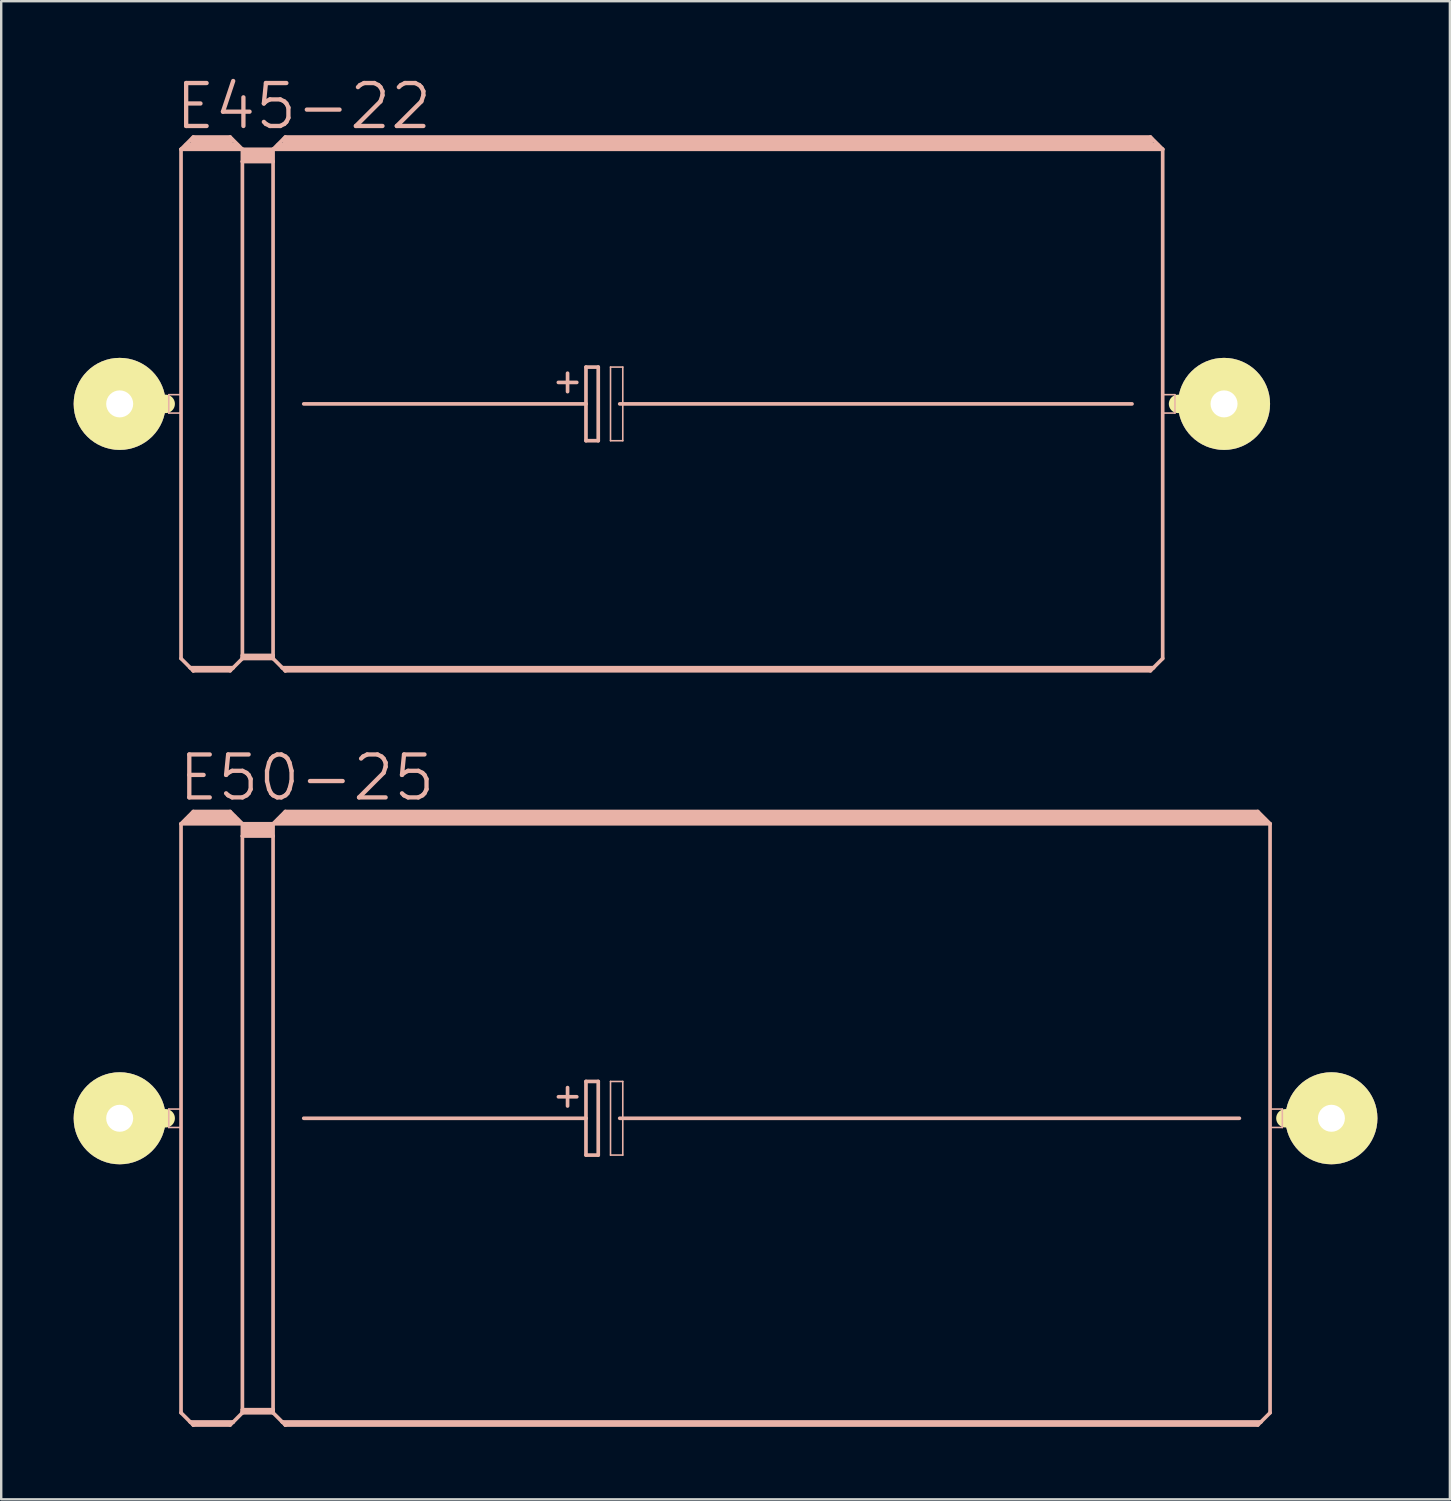
<source format=kicad_pcb>
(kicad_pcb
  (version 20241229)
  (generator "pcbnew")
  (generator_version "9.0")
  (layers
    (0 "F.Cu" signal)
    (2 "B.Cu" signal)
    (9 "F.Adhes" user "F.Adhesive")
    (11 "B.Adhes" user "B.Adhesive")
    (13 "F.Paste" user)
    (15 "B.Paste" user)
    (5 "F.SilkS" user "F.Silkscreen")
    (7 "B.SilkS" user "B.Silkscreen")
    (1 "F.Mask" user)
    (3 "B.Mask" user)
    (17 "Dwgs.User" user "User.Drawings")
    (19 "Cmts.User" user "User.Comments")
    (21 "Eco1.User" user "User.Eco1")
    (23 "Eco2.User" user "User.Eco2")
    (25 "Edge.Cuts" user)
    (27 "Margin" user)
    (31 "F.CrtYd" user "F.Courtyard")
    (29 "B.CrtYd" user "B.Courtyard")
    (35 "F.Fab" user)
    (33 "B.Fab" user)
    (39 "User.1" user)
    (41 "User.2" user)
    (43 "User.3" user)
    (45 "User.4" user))
  (footprint "E50-25"
    (layer "F.Cu")
    (at 27.305 43.246)
    (property "Reference" "E50-25" (at -17.65 -14.097 0) (layer "B.SilkS") (effects (font (size 1.778 1.778) (thickness 0.178))))
    (attr exclude_from_pos_files exclude_from_bom)
    (fp_line (start -25.4 0) (end -23.495 0) (stroke (width 0.762) (type solid)) (layer "F.SilkS"))
    (fp_line (start 24.765 0) (end 22.86 0) (stroke (width 0.762) (type solid)) (layer "F.SilkS"))
    (fp_line (start -23.368 -0.381) (end -22.86 -0.381) (stroke (width 0.066) (type solid)) (layer "B.SilkS"))
    (fp_line (start -23.368 0.381) (end -23.368 -0.381) (stroke (width 0.066) (type solid)) (layer "B.SilkS"))
    (fp_line (start -23.368 0.381) (end -22.86 0.381) (stroke (width 0.066) (type solid)) (layer "B.SilkS"))
    (fp_line (start -22.86 -12.192) (end -22.86 12.192) (stroke (width 0.152) (type solid)) (layer "B.SilkS"))
    (fp_line (start -22.86 -12.192) (end -22.352 -12.7) (stroke (width 0.152) (type solid)) (layer "B.SilkS"))
    (fp_line (start -22.86 -12.192) (end -20.32 -12.192) (stroke (width 0.152) (type solid)) (layer "B.SilkS"))
    (fp_line (start -22.86 0.381) (end -22.86 -0.381) (stroke (width 0.066) (type solid)) (layer "B.SilkS"))
    (fp_line (start -22.86 12.192) (end -22.479 12.573) (stroke (width 0.152) (type solid)) (layer "B.SilkS"))
    (fp_line (start -22.606 -12.319) (end -22.479 -12.319) (stroke (width 0.305) (type solid)) (layer "B.SilkS"))
    (fp_line (start -22.479 -12.319) (end -22.479 -12.446) (stroke (width 0.305) (type solid)) (layer "B.SilkS"))
    (fp_line (start -22.479 -12.319) (end -20.698 -12.319) (stroke (width 0.305) (type solid)) (layer "B.SilkS"))
    (fp_line (start -22.479 12.573) (end -22.352 12.7) (stroke (width 0.152) (type solid)) (layer "B.SilkS"))
    (fp_line (start -22.479 12.573) (end -20.698 12.573) (stroke (width 0.152) (type solid)) (layer "B.SilkS"))
    (fp_line (start -22.352 -12.7) (end -20.828 -12.7) (stroke (width 0.152) (type solid)) (layer "B.SilkS"))
    (fp_line (start -22.352 -12.573) (end -20.828 -12.573) (stroke (width 0.305) (type solid)) (layer "B.SilkS"))
    (fp_line (start -22.352 12.649) (end -20.828 12.649) (stroke (width 0.152) (type solid)) (layer "B.SilkS"))
    (fp_line (start -22.352 12.7) (end -22.352 12.649) (stroke (width 0.152) (type solid)) (layer "B.SilkS"))
    (fp_line (start -22.352 12.7) (end -20.828 12.7) (stroke (width 0.152) (type solid)) (layer "B.SilkS"))
    (fp_line (start -20.698 -12.319) (end -20.698 -12.446) (stroke (width 0.305) (type solid)) (layer "B.SilkS"))
    (fp_line (start -20.698 -12.319) (end -20.574 -12.319) (stroke (width 0.305) (type solid)) (layer "B.SilkS"))
    (fp_line (start -20.698 12.573) (end -20.828 12.7) (stroke (width 0.152) (type solid)) (layer "B.SilkS"))
    (fp_line (start -20.32 -12.192) (end -20.828 -12.7) (stroke (width 0.152) (type solid)) (layer "B.SilkS"))
    (fp_line (start -20.32 -12.192) (end -20.32 -11.684) (stroke (width 0.152) (type solid)) (layer "B.SilkS"))
    (fp_line (start -20.32 -12.192) (end -19.05 -12.192) (stroke (width 0.152) (type solid)) (layer "B.SilkS"))
    (fp_line (start -20.32 -11.684) (end -20.32 12.065) (stroke (width 0.152) (type solid)) (layer "B.SilkS"))
    (fp_line (start -20.32 -11.684) (end -19.05 -11.684) (stroke (width 0.152) (type solid)) (layer "B.SilkS"))
    (fp_line (start -20.32 12.065) (end -20.32 12.141) (stroke (width 0.152) (type solid)) (layer "B.SilkS"))
    (fp_line (start -20.32 12.065) (end -19.05 12.065) (stroke (width 0.152) (type solid)) (layer "B.SilkS"))
    (fp_line (start -20.32 12.141) (end -20.32 12.192) (stroke (width 0.152) (type solid)) (layer "B.SilkS"))
    (fp_line (start -20.32 12.141) (end -19.05 12.141) (stroke (width 0.152) (type solid)) (layer "B.SilkS"))
    (fp_line (start -20.32 12.192) (end -20.698 12.573) (stroke (width 0.152) (type solid)) (layer "B.SilkS"))
    (fp_line (start -20.32 12.192) (end -19.05 12.192) (stroke (width 0.152) (type solid)) (layer "B.SilkS"))
    (fp_line (start -20.193 -12.065) (end -19.177 -12.065) (stroke (width 0.305) (type solid)) (layer "B.SilkS"))
    (fp_line (start -20.193 -11.811) (end -19.177 -11.811) (stroke (width 0.305) (type solid)) (layer "B.SilkS"))
    (fp_line (start -19.05 -12.192) (end -19.05 -11.684) (stroke (width 0.152) (type solid)) (layer "B.SilkS"))
    (fp_line (start -19.05 -12.192) (end 22.225 -12.192) (stroke (width 0.152) (type solid)) (layer "B.SilkS"))
    (fp_line (start -19.05 -11.684) (end -19.05 12.065) (stroke (width 0.152) (type solid)) (layer "B.SilkS"))
    (fp_line (start -19.05 12.065) (end -19.05 12.141) (stroke (width 0.152) (type solid)) (layer "B.SilkS"))
    (fp_line (start -19.05 12.141) (end -19.05 12.192) (stroke (width 0.152) (type solid)) (layer "B.SilkS"))
    (fp_line (start -19.05 12.192) (end -18.669 12.573) (stroke (width 0.152) (type solid)) (layer "B.SilkS"))
    (fp_line (start -18.796 -12.319) (end -18.669 -12.319) (stroke (width 0.305) (type solid)) (layer "B.SilkS"))
    (fp_line (start -18.669 -12.319) (end -18.669 -12.446) (stroke (width 0.305) (type solid)) (layer "B.SilkS"))
    (fp_line (start -18.669 -12.319) (end 21.971 -12.319) (stroke (width 0.305) (type solid)) (layer "B.SilkS"))
    (fp_line (start -18.669 12.573) (end -18.542 12.7) (stroke (width 0.152) (type solid)) (layer "B.SilkS"))
    (fp_line (start -18.669 12.573) (end 21.844 12.573) (stroke (width 0.152) (type solid)) (layer "B.SilkS"))
    (fp_line (start -18.542 -12.7) (end -19.05 -12.192) (stroke (width 0.152) (type solid)) (layer "B.SilkS"))
    (fp_line (start -18.542 -12.7) (end 21.717 -12.7) (stroke (width 0.152) (type solid)) (layer "B.SilkS"))
    (fp_line (start -18.542 -12.573) (end 21.717 -12.573) (stroke (width 0.305) (type solid)) (layer "B.SilkS"))
    (fp_line (start -18.542 12.649) (end 21.717 12.649) (stroke (width 0.152) (type solid)) (layer "B.SilkS"))
    (fp_line (start -18.542 12.7) (end -18.542 12.649) (stroke (width 0.152) (type solid)) (layer "B.SilkS"))
    (fp_line (start -17.78 0) (end -6.096 0) (stroke (width 0.152) (type solid)) (layer "B.SilkS"))
    (fp_line (start -7.236 -0.889) (end -6.477 -0.889) (stroke (width 0.152) (type solid)) (layer "B.SilkS"))
    (fp_line (start -6.858 -1.27) (end -6.858 -0.508) (stroke (width 0.152) (type solid)) (layer "B.SilkS"))
    (fp_line (start -6.096 -1.524) (end -6.096 0) (stroke (width 0.152) (type solid)) (layer "B.SilkS"))
    (fp_line (start -6.096 0) (end -6.096 1.524) (stroke (width 0.152) (type solid)) (layer "B.SilkS"))
    (fp_line (start -6.096 1.524) (end -5.588 1.524) (stroke (width 0.152) (type solid)) (layer "B.SilkS"))
    (fp_line (start -5.588 -1.524) (end -6.096 -1.524) (stroke (width 0.152) (type solid)) (layer "B.SilkS"))
    (fp_line (start -5.588 1.524) (end -5.588 -1.524) (stroke (width 0.152) (type solid)) (layer "B.SilkS"))
    (fp_line (start -5.08 -1.524) (end -4.572 -1.524) (stroke (width 0.066) (type solid)) (layer "B.SilkS"))
    (fp_line (start -5.08 1.524) (end -5.08 -1.524) (stroke (width 0.066) (type solid)) (layer "B.SilkS"))
    (fp_line (start -5.08 1.524) (end -4.572 1.524) (stroke (width 0.066) (type solid)) (layer "B.SilkS"))
    (fp_line (start -4.699 0) (end 20.955 0) (stroke (width 0.152) (type solid)) (layer "B.SilkS"))
    (fp_line (start -4.572 1.524) (end -4.572 -1.524) (stroke (width 0.066) (type solid)) (layer "B.SilkS"))
    (fp_line (start 21.717 -12.7) (end 22.225 -12.192) (stroke (width 0.152) (type solid)) (layer "B.SilkS"))
    (fp_line (start 21.717 12.7) (end -18.542 12.7) (stroke (width 0.152) (type solid)) (layer "B.SilkS"))
    (fp_line (start 21.844 12.573) (end 21.717 12.7) (stroke (width 0.152) (type solid)) (layer "B.SilkS"))
    (fp_line (start 22.225 -12.192) (end 22.225 12.192) (stroke (width 0.152) (type solid)) (layer "B.SilkS"))
    (fp_line (start 22.225 -0.381) (end 22.733 -0.381) (stroke (width 0.066) (type solid)) (layer "B.SilkS"))
    (fp_line (start 22.225 0.381) (end 22.225 -0.381) (stroke (width 0.066) (type solid)) (layer "B.SilkS"))
    (fp_line (start 22.225 0.381) (end 22.733 0.381) (stroke (width 0.066) (type solid)) (layer "B.SilkS"))
    (fp_line (start 22.225 12.192) (end 21.844 12.573) (stroke (width 0.152) (type solid)) (layer "B.SilkS"))
    (fp_line (start 22.733 0.381) (end 22.733 -0.381) (stroke (width 0.066) (type solid)) (layer "B.SilkS"))
    (pad "+" thru_hole circle (at -25.4 0) (size 3.81 3.81) (drill 1.118) (layers "*.Cu" "F.Mask" "F.SilkS" "F.Paste"))
    (pad "-" thru_hole circle (at 24.765 0) (size 3.81 3.81) (drill 1.118) (layers "*.Cu" "F.Mask" "F.SilkS" "F.Paste")))
  (footprint "E45-22"
    (layer "F.Cu")
    (at 24.765 13.671)
    (property "Reference" "E45-22" (at -15.24 -12.319 0) (layer "B.SilkS") (effects (font (size 1.778 1.778) (thickness 0.178))))
    (attr exclude_from_pos_files exclude_from_bom)
    (fp_line (start -22.86 0) (end -20.955 0) (stroke (width 0.762) (type solid)) (layer "F.SilkS"))
    (fp_line (start 22.86 0) (end 20.955 0) (stroke (width 0.762) (type solid)) (layer "F.SilkS"))
    (fp_line (start -20.828 -0.381) (end -20.32 -0.381) (stroke (width 0.066) (type solid)) (layer "B.SilkS"))
    (fp_line (start -20.828 0.381) (end -20.828 -0.381) (stroke (width 0.066) (type solid)) (layer "B.SilkS"))
    (fp_line (start -20.828 0.381) (end -20.32 0.381) (stroke (width 0.066) (type solid)) (layer "B.SilkS"))
    (fp_line (start -20.32 -10.541) (end -20.32 10.541) (stroke (width 0.152) (type solid)) (layer "B.SilkS"))
    (fp_line (start -20.32 -10.541) (end -19.812 -11.049) (stroke (width 0.152) (type solid)) (layer "B.SilkS"))
    (fp_line (start -20.32 -10.541) (end -17.78 -10.541) (stroke (width 0.152) (type solid)) (layer "B.SilkS"))
    (fp_line (start -20.32 0.381) (end -20.32 -0.381) (stroke (width 0.066) (type solid)) (layer "B.SilkS"))
    (fp_line (start -20.32 10.541) (end -19.939 10.922) (stroke (width 0.152) (type solid)) (layer "B.SilkS"))
    (fp_line (start -20.066 -10.668) (end -18.034 -10.668) (stroke (width 0.305) (type solid)) (layer "B.SilkS"))
    (fp_line (start -19.939 10.922) (end -19.812 11.049) (stroke (width 0.152) (type solid)) (layer "B.SilkS"))
    (fp_line (start -19.939 10.922) (end -18.161 10.922) (stroke (width 0.152) (type solid)) (layer "B.SilkS"))
    (fp_line (start -19.812 -11.049) (end -18.288 -11.049) (stroke (width 0.152) (type solid)) (layer "B.SilkS"))
    (fp_line (start -19.812 -10.922) (end -18.288 -10.922) (stroke (width 0.305) (type solid)) (layer "B.SilkS"))
    (fp_line (start -19.812 10.998) (end -18.288 10.998) (stroke (width 0.152) (type solid)) (layer "B.SilkS"))
    (fp_line (start -19.812 11.049) (end -19.812 10.998) (stroke (width 0.152) (type solid)) (layer "B.SilkS"))
    (fp_line (start -19.812 11.049) (end -18.288 11.049) (stroke (width 0.152) (type solid)) (layer "B.SilkS"))
    (fp_line (start -18.288 -11.049) (end -17.78 -10.541) (stroke (width 0.152) (type solid)) (layer "B.SilkS"))
    (fp_line (start -18.288 11.049) (end -18.161 10.922) (stroke (width 0.152) (type solid)) (layer "B.SilkS"))
    (fp_line (start -18.161 10.922) (end -17.78 10.541) (stroke (width 0.152) (type solid)) (layer "B.SilkS"))
    (fp_line (start -17.78 -10.541) (end -16.51 -10.541) (stroke (width 0.152) (type solid)) (layer "B.SilkS"))
    (fp_line (start -17.78 -10.033) (end -17.78 -10.541) (stroke (width 0.152) (type solid)) (layer "B.SilkS"))
    (fp_line (start -17.78 -10.033) (end -16.51 -10.033) (stroke (width 0.152) (type solid)) (layer "B.SilkS"))
    (fp_line (start -17.78 10.414) (end -17.78 -10.033) (stroke (width 0.152) (type solid)) (layer "B.SilkS"))
    (fp_line (start -17.78 10.414) (end -16.51 10.414) (stroke (width 0.152) (type solid)) (layer "B.SilkS"))
    (fp_line (start -17.78 10.49) (end -17.78 10.414) (stroke (width 0.152) (type solid)) (layer "B.SilkS"))
    (fp_line (start -17.78 10.49) (end -16.51 10.49) (stroke (width 0.152) (type solid)) (layer "B.SilkS"))
    (fp_line (start -17.78 10.541) (end -17.78 10.49) (stroke (width 0.152) (type solid)) (layer "B.SilkS"))
    (fp_line (start -17.78 10.541) (end -16.51 10.541) (stroke (width 0.152) (type solid)) (layer "B.SilkS"))
    (fp_line (start -17.65 -10.414) (end -16.637 -10.414) (stroke (width 0.305) (type solid)) (layer "B.SilkS"))
    (fp_line (start -17.65 -10.16) (end -16.637 -10.16) (stroke (width 0.305) (type solid)) (layer "B.SilkS"))
    (fp_line (start -16.51 -10.541) (end -16.002 -11.049) (stroke (width 0.152) (type solid)) (layer "B.SilkS"))
    (fp_line (start -16.51 -10.541) (end 20.32 -10.541) (stroke (width 0.152) (type solid)) (layer "B.SilkS"))
    (fp_line (start -16.51 -10.033) (end -16.51 -10.541) (stroke (width 0.152) (type solid)) (layer "B.SilkS"))
    (fp_line (start -16.51 10.414) (end -16.51 -10.033) (stroke (width 0.152) (type solid)) (layer "B.SilkS"))
    (fp_line (start -16.51 10.49) (end -16.51 10.414) (stroke (width 0.152) (type solid)) (layer "B.SilkS"))
    (fp_line (start -16.51 10.541) (end -16.51 10.49) (stroke (width 0.152) (type solid)) (layer "B.SilkS"))
    (fp_line (start -16.51 10.541) (end -16.129 10.922) (stroke (width 0.152) (type solid)) (layer "B.SilkS"))
    (fp_line (start -16.256 -10.668) (end 20.066 -10.668) (stroke (width 0.305) (type solid)) (layer "B.SilkS"))
    (fp_line (start -16.129 10.922) (end -16.002 11.049) (stroke (width 0.152) (type solid)) (layer "B.SilkS"))
    (fp_line (start -16.129 10.922) (end 19.939 10.922) (stroke (width 0.152) (type solid)) (layer "B.SilkS"))
    (fp_line (start -16.002 -11.049) (end 19.812 -11.049) (stroke (width 0.152) (type solid)) (layer "B.SilkS"))
    (fp_line (start -16.002 -10.922) (end 19.812 -10.922) (stroke (width 0.305) (type solid)) (layer "B.SilkS"))
    (fp_line (start -16.002 10.998) (end 19.812 10.998) (stroke (width 0.152) (type solid)) (layer "B.SilkS"))
    (fp_line (start -16.002 11.049) (end -16.002 10.998) (stroke (width 0.152) (type solid)) (layer "B.SilkS"))
    (fp_line (start -16.002 11.049) (end 19.812 11.049) (stroke (width 0.152) (type solid)) (layer "B.SilkS"))
    (fp_line (start -15.24 0) (end -3.556 0) (stroke (width 0.152) (type solid)) (layer "B.SilkS"))
    (fp_line (start -4.699 -0.889) (end -3.937 -0.889) (stroke (width 0.152) (type solid)) (layer "B.SilkS"))
    (fp_line (start -4.318 -1.27) (end -4.318 -0.508) (stroke (width 0.152) (type solid)) (layer "B.SilkS"))
    (fp_line (start -3.556 -1.524) (end -3.556 0) (stroke (width 0.152) (type solid)) (layer "B.SilkS"))
    (fp_line (start -3.556 0) (end -3.556 1.524) (stroke (width 0.152) (type solid)) (layer "B.SilkS"))
    (fp_line (start -3.556 1.524) (end -3.048 1.524) (stroke (width 0.152) (type solid)) (layer "B.SilkS"))
    (fp_line (start -3.048 -1.524) (end -3.556 -1.524) (stroke (width 0.152) (type solid)) (layer "B.SilkS"))
    (fp_line (start -3.048 1.524) (end -3.048 -1.524) (stroke (width 0.152) (type solid)) (layer "B.SilkS"))
    (fp_line (start -2.54 -1.524) (end -2.032 -1.524) (stroke (width 0.066) (type solid)) (layer "B.SilkS"))
    (fp_line (start -2.54 1.524) (end -2.54 -1.524) (stroke (width 0.066) (type solid)) (layer "B.SilkS"))
    (fp_line (start -2.54 1.524) (end -2.032 1.524) (stroke (width 0.066) (type solid)) (layer "B.SilkS"))
    (fp_line (start -2.159 0) (end 19.05 0) (stroke (width 0.152) (type solid)) (layer "B.SilkS"))
    (fp_line (start -2.032 1.524) (end -2.032 -1.524) (stroke (width 0.066) (type solid)) (layer "B.SilkS"))
    (fp_line (start 19.812 -11.049) (end 20.32 -10.541) (stroke (width 0.152) (type solid)) (layer "B.SilkS"))
    (fp_line (start 19.812 11.049) (end 19.939 10.922) (stroke (width 0.152) (type solid)) (layer "B.SilkS"))
    (fp_line (start 19.939 10.922) (end 20.32 10.541) (stroke (width 0.152) (type solid)) (layer "B.SilkS"))
    (fp_line (start 20.32 -10.541) (end 20.32 10.541) (stroke (width 0.152) (type solid)) (layer "B.SilkS"))
    (fp_line (start 20.32 -0.381) (end 20.828 -0.381) (stroke (width 0.066) (type solid)) (layer "B.SilkS"))
    (fp_line (start 20.32 0.381) (end 20.32 -0.381) (stroke (width 0.066) (type solid)) (layer "B.SilkS"))
    (fp_line (start 20.32 0.381) (end 20.828 0.381) (stroke (width 0.066) (type solid)) (layer "B.SilkS"))
    (fp_line (start 20.828 0.381) (end 20.828 -0.381) (stroke (width 0.066) (type solid)) (layer "B.SilkS"))
    (pad "+" thru_hole circle (at -22.86 0) (size 3.81 3.81) (drill 1.118) (layers "*.Cu" "F.Mask" "F.SilkS" "F.Paste"))
    (pad "-" thru_hole circle (at 22.86 0) (size 3.81 3.81) (drill 1.118) (layers "*.Cu" "F.Mask" "F.SilkS" "F.Paste")))
  (gr_rect
    (start -3 -3)
    (end 56.975 59.022)
    (stroke (width 0.1) (type default))
    (fill no)
    (layer "Edge.Cuts")))
</source>
